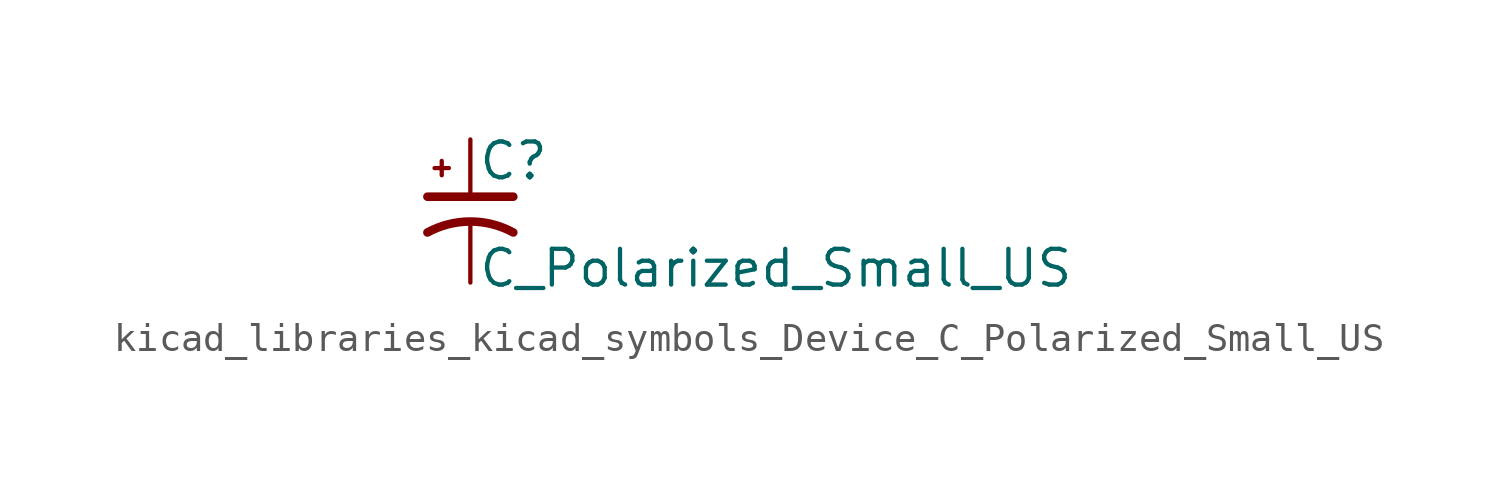
<source format=kicad_sym>
(kicad_symbol_lib
  (version 20220914)
  (generator kicad_symbol_editor)
  (symbol "kicad_libraries_kicad_symbols_Device_C_Polarized_Small_US"
    (pin_numbers hide)
    (pin_names
      (offset 0.254) hide)
    (property "Reference" "C"
      (at 0.254 1.778 0)
      (effects (font (size 1.27 1.27)) (justify left)))
    (property "Value" "C_Polarized_Small_US"
      (at 0.254 -2.032 0)
      (effects (font (size 1.27 1.27)) (justify left)))
    (symbol "kicad_libraries_kicad_symbols_Device_C_Polarized_Small_US_0_1"
      (polyline (pts (xy -1.524 0.508) (xy 1.524 0.508)) (stroke (width 0.305) (type default)) (fill (type none)))
      (polyline (pts (xy -1.27 1.524) (xy -0.762 1.524)) (stroke (width 0) (type default)) (fill (type none)))
      (polyline (pts (xy -1.016 1.27) (xy -1.016 1.778)) (stroke (width 0) (type default)) (fill (type none)))
      (arc (start 1.524 -0.762) (mid 0 -0.3734) (end -1.524 -0.762) (stroke (width 0.3048) (type default)) (fill (type none))))
    (symbol "kicad_libraries_kicad_symbols_Device_C_Polarized_Small_US_1_1"
      (pin passive line (at 0 2.54 270) (length 2.032) (name "~" (effects (font (size 1.27 1.27)))) (number "1" (effects (font (size 1.27 1.27)))))
      (pin passive line (at 0 -2.54 90) (length 2.032) (name "~" (effects (font (size 1.27 1.27)))) (number "2" (effects (font (size 1.27 1.27))))))))
</source>
